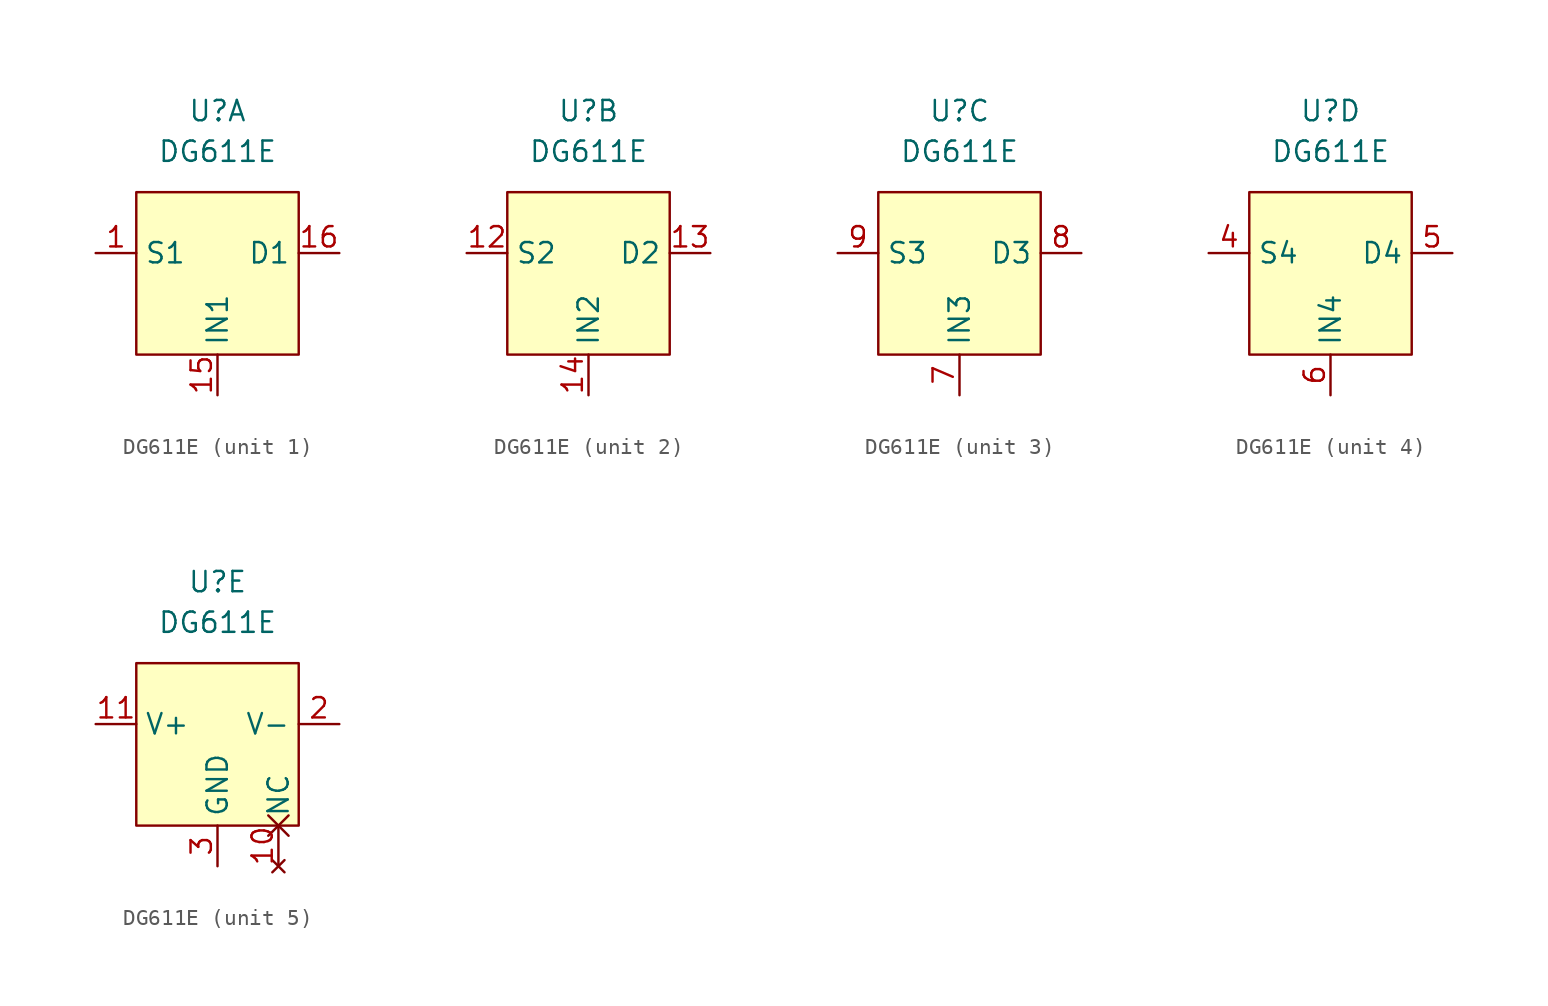
<source format=kicad_sym>
(kicad_symbol_lib
  (version 20211014)
  (generator kicad_symbol_editor)
  (symbol "DG611E"
    (property "Reference" "U"
      (at 0 8.89 0)
      (effects (font (size 1.27 1.27))))
    (property "Value" "DG611E"
      (at 0 6.35 0)
      (effects (font (size 1.27 1.27))))
    (property "ki_locked" ""
      (at 0 0 0)
      (effects (font (size 1.27 1.27))))
    (symbol "DG611E_1_1"
      (rectangle (start -5.08 3.81) (end 5.08 -6.35) (stroke (width 0) (type default) (color 0 0 0 0)) (fill (type background)))
      (pin passive line (at -7.62 0 0) (length 2.54) (name "S1" (effects (font (size 1.27 1.27)))) (number "1" (effects (font (size 1.27 1.27)))))
      (pin passive line (at 0 -8.89 90) (length 2.54) (name "IN1" (effects (font (size 1.27 1.27)))) (number "15" (effects (font (size 1.27 1.27)))))
      (pin passive line (at 7.62 0 180) (length 2.54) (name "D1" (effects (font (size 1.27 1.27)))) (number "16" (effects (font (size 1.27 1.27))))))
    (symbol "DG611E_2_1"
      (rectangle (start -5.08 3.81) (end 5.08 -6.35) (stroke (width 0) (type default) (color 0 0 0 0)) (fill (type background)))
      (pin passive line (at -7.62 0 0) (length 2.54) (name "S2" (effects (font (size 1.27 1.27)))) (number "12" (effects (font (size 1.27 1.27)))))
      (pin passive line (at 7.62 0 180) (length 2.54) (name "D2" (effects (font (size 1.27 1.27)))) (number "13" (effects (font (size 1.27 1.27)))))
      (pin passive line (at 0 -8.89 90) (length 2.54) (name "IN2" (effects (font (size 1.27 1.27)))) (number "14" (effects (font (size 1.27 1.27))))))
    (symbol "DG611E_3_1"
      (rectangle (start -5.08 3.81) (end 5.08 -6.35) (stroke (width 0) (type default) (color 0 0 0 0)) (fill (type background)))
      (pin passive line (at 0 -8.89 90) (length 2.54) (name "IN3" (effects (font (size 1.27 1.27)))) (number "7" (effects (font (size 1.27 1.27)))))
      (pin passive line (at 7.62 0 180) (length 2.54) (name "D3" (effects (font (size 1.27 1.27)))) (number "8" (effects (font (size 1.27 1.27)))))
      (pin passive line (at -7.62 0 0) (length 2.54) (name "S3" (effects (font (size 1.27 1.27)))) (number "9" (effects (font (size 1.27 1.27))))))
    (symbol "DG611E_4_1"
      (rectangle (start -5.08 3.81) (end 5.08 -6.35) (stroke (width 0) (type default) (color 0 0 0 0)) (fill (type background)))
      (pin passive line (at -7.62 0 0) (length 2.54) (name "S4" (effects (font (size 1.27 1.27)))) (number "4" (effects (font (size 1.27 1.27)))))
      (pin passive line (at 7.62 0 180) (length 2.54) (name "D4" (effects (font (size 1.27 1.27)))) (number "5" (effects (font (size 1.27 1.27)))))
      (pin passive line (at 0 -8.89 90) (length 2.54) (name "IN4" (effects (font (size 1.27 1.27)))) (number "6" (effects (font (size 1.27 1.27))))))
    (symbol "DG611E_5_1"
      (rectangle (start -5.08 3.81) (end 5.08 -6.35) (stroke (width 0) (type default) (color 0 0 0 0)) (fill (type background)))
      (pin no_connect non_logic (at 3.81 -8.89 90) (length 2.54) (name "NC" (effects (font (size 1.27 1.27)))) (number "10" (effects (font (size 1.27 1.27)))))
      (pin power_in line (at -7.62 0 0) (length 2.54) (name "V+" (effects (font (size 1.27 1.27)))) (number "11" (effects (font (size 1.27 1.27)))))
      (pin power_in line (at 7.62 0 180) (length 2.54) (name "V-" (effects (font (size 1.27 1.27)))) (number "2" (effects (font (size 1.27 1.27)))))
      (pin power_in line (at 0 -8.89 90) (length 2.54) (name "GND" (effects (font (size 1.27 1.27)))) (number "3" (effects (font (size 1.27 1.27))))))))
</source>
